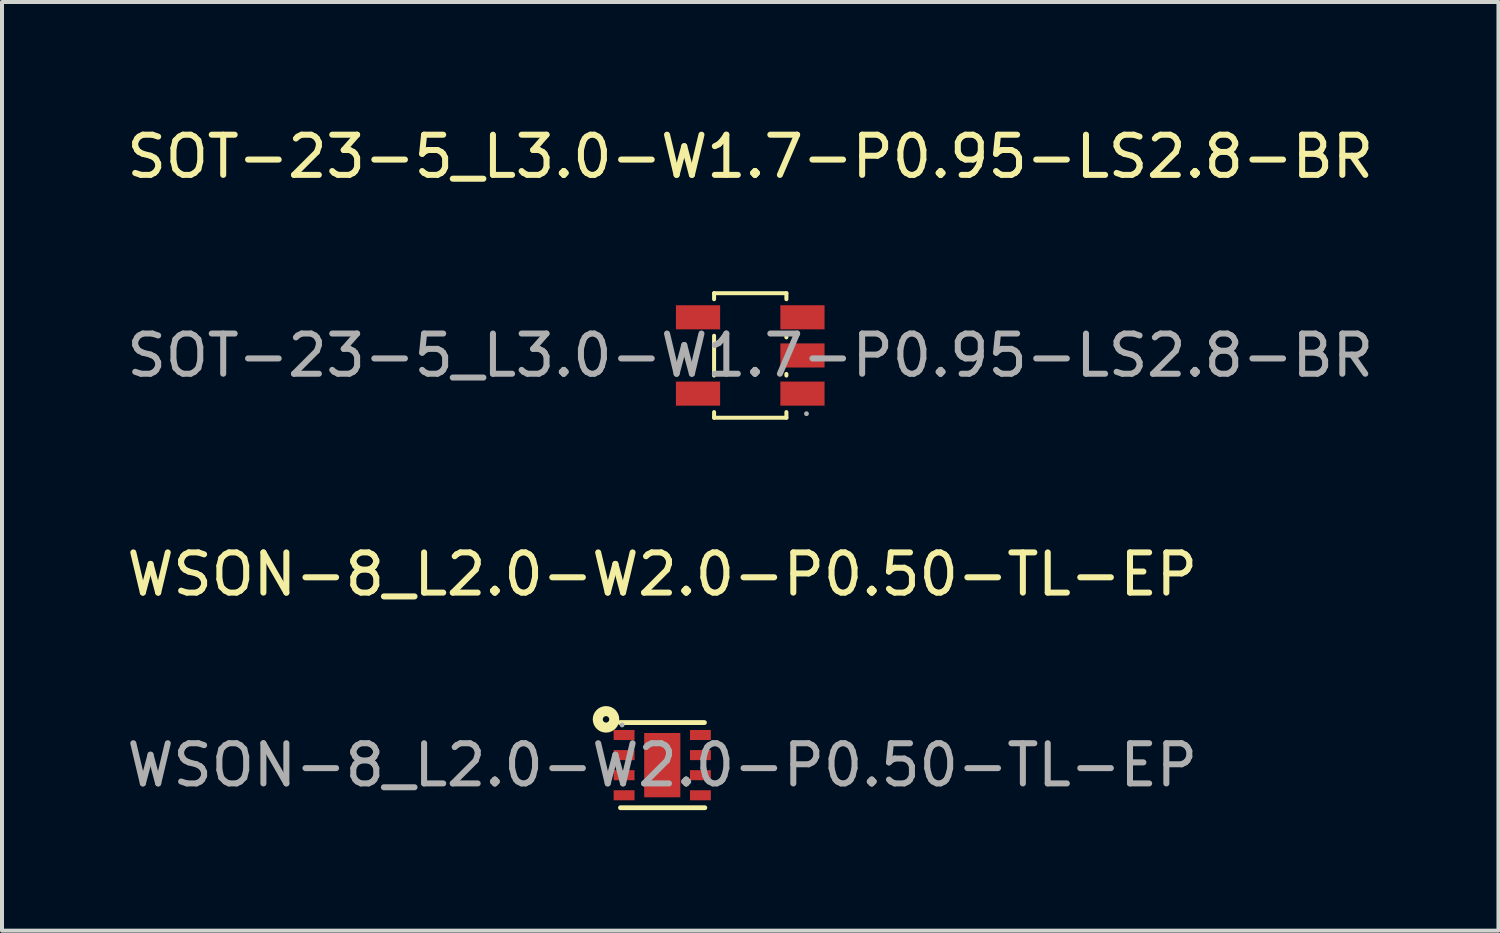
<source format=kicad_pcb>
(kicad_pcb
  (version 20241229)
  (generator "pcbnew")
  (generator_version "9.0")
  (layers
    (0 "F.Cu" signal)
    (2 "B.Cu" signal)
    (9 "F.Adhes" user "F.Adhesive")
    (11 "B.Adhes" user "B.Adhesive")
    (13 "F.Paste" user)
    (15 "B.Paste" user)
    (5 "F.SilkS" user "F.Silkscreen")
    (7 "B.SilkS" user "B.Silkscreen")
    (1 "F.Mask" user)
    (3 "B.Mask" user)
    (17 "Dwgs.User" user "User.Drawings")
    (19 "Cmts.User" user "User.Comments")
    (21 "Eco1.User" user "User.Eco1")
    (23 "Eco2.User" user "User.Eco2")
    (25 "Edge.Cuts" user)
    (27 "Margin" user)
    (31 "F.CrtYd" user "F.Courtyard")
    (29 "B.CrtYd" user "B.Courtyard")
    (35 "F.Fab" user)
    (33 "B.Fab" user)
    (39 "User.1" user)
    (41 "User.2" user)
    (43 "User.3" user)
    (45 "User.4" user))
  (footprint "WSON-8_L2.0-W2.0-P0.50-TL-EP"
    (layer "F.Cu")
    (at 13.435 15.996)
    (property "Reference" "WSON-8_L2.0-W2.0-P0.50-TL-EP" (at 0 -4.75 0) (layer "F.SilkS") (effects (font (size 1 1) (thickness 0.15))))
    (attr smd)
    (fp_line (start -1.04 1.06) (end 1.06 1.06) (stroke (width 0.12) (type solid)) (layer "F.SilkS"))
    (fp_line (start 1.05 -1.06) (end -1.05 -1.06) (stroke (width 0.12) (type solid)) (layer "F.SilkS"))
    (fp_circle (center -1.4 -1.14) (end -1.32 -1.14) (stroke (width 0.25) (type solid)) (fill no) (layer "F.SilkS"))
    (fp_circle (center -1 -1) (end -0.97 -1) (stroke (width 0.06) (type solid)) (fill no) (layer "F.Fab"))
    (fp_text user "${REFERENCE}" (at 0 0 0) (layer "F.Fab") (effects (font (size 1 1) (thickness 0.15))))
    (pad "1" smd rect (at -0.95 -0.75) (size 0.52 0.25) (layers "F.Cu" "F.Mask" "F.Paste"))
    (pad "2" smd rect (at -0.95 -0.25) (size 0.52 0.25) (layers "F.Cu" "F.Mask" "F.Paste"))
    (pad "3" smd rect (at -0.95 0.25) (size 0.52 0.25) (layers "F.Cu" "F.Mask" "F.Paste"))
    (pad "4" smd rect (at -0.95 0.75) (size 0.52 0.25) (layers "F.Cu" "F.Mask" "F.Paste"))
    (pad "5" smd rect (at 0.95 0.75) (size 0.52 0.25) (layers "F.Cu" "F.Mask" "F.Paste"))
    (pad "6" smd rect (at 0.95 0.25) (size 0.52 0.25) (layers "F.Cu" "F.Mask" "F.Paste"))
    (pad "7" smd rect (at 0.95 -0.25) (size 0.52 0.25) (layers "F.Cu" "F.Mask" "F.Paste"))
    (pad "8" smd rect (at 0.95 -0.75) (size 0.52 0.25) (layers "F.Cu" "F.Mask" "F.Paste"))
    (pad "9" smd rect (at 0 0) (size 0.9 1.6) (layers "F.Cu" "F.Mask" "F.Paste")))
  (footprint "SOT-23-5_L3.0-W1.7-P0.95-LS2.8-BR"
    (layer "F.Cu")
    (at 15.625 5.798)
    (property "Reference" "SOT-23-5_L3.0-W1.7-P0.95-LS2.8-BR" (at 0 -4.95 0) (layer "F.SilkS") (effects (font (size 1 1) (thickness 0.15))))
    (attr smd)
    (fp_line (start -0.9 -1.55) (end -0.9 -1.4) (stroke (width 0.1) (type solid)) (layer "F.SilkS"))
    (fp_line (start -0.9 -1.55) (end 0.9 -1.55) (stroke (width 0.1) (type solid)) (layer "F.SilkS"))
    (fp_line (start -0.9 -0.49) (end -0.9 0.5) (stroke (width 0.1) (type solid)) (layer "F.SilkS"))
    (fp_line (start -0.9 1.41) (end -0.9 1.55) (stroke (width 0.1) (type solid)) (layer "F.SilkS"))
    (fp_line (start -0.9 1.55) (end 0.9 1.55) (stroke (width 0.1) (type solid)) (layer "F.SilkS"))
    (fp_line (start 0.9 -1.55) (end 0.9 -1.4) (stroke (width 0.1) (type solid)) (layer "F.SilkS"))
    (fp_line (start 0.9 -0.49) (end 0.9 -0.45) (stroke (width 0.1) (type solid)) (layer "F.SilkS"))
    (fp_line (start 0.9 0.46) (end 0.9 0.5) (stroke (width 0.1) (type solid)) (layer "F.SilkS"))
    (fp_line (start 0.9 1.41) (end 0.9 1.55) (stroke (width 0.1) (type solid)) (layer "F.SilkS"))
    (fp_circle (center 1.4 1.45) (end 1.43 1.45) (stroke (width 0.06) (type solid)) (fill no) (layer "F.Fab"))
    (fp_text user "${REFERENCE}" (at 0 0 0) (layer "F.Fab") (effects (font (size 1 1) (thickness 0.15))))
    (pad "1" smd rect (at 1.3 0.95) (size 1.1 0.6) (layers "F.Cu" "F.Mask" "F.Paste"))
    (pad "2" smd rect (at 1.3 0) (size 1.1 0.6) (layers "F.Cu" "F.Mask" "F.Paste"))
    (pad "3" smd rect (at 1.3 -0.95) (size 1.1 0.6) (layers "F.Cu" "F.Mask" "F.Paste"))
    (pad "4" smd rect (at -1.3 -0.95) (size 1.1 0.6) (layers "F.Cu" "F.Mask" "F.Paste"))
    (pad "5" smd rect (at -1.3 0.95) (size 1.1 0.6) (layers "F.Cu" "F.Mask" "F.Paste")))
  (gr_rect
    (start -3 -3)
    (end 34.25 20.116)
    (stroke (width 0.1) (type default))
    (fill no)
    (layer "Edge.Cuts")))
</source>
